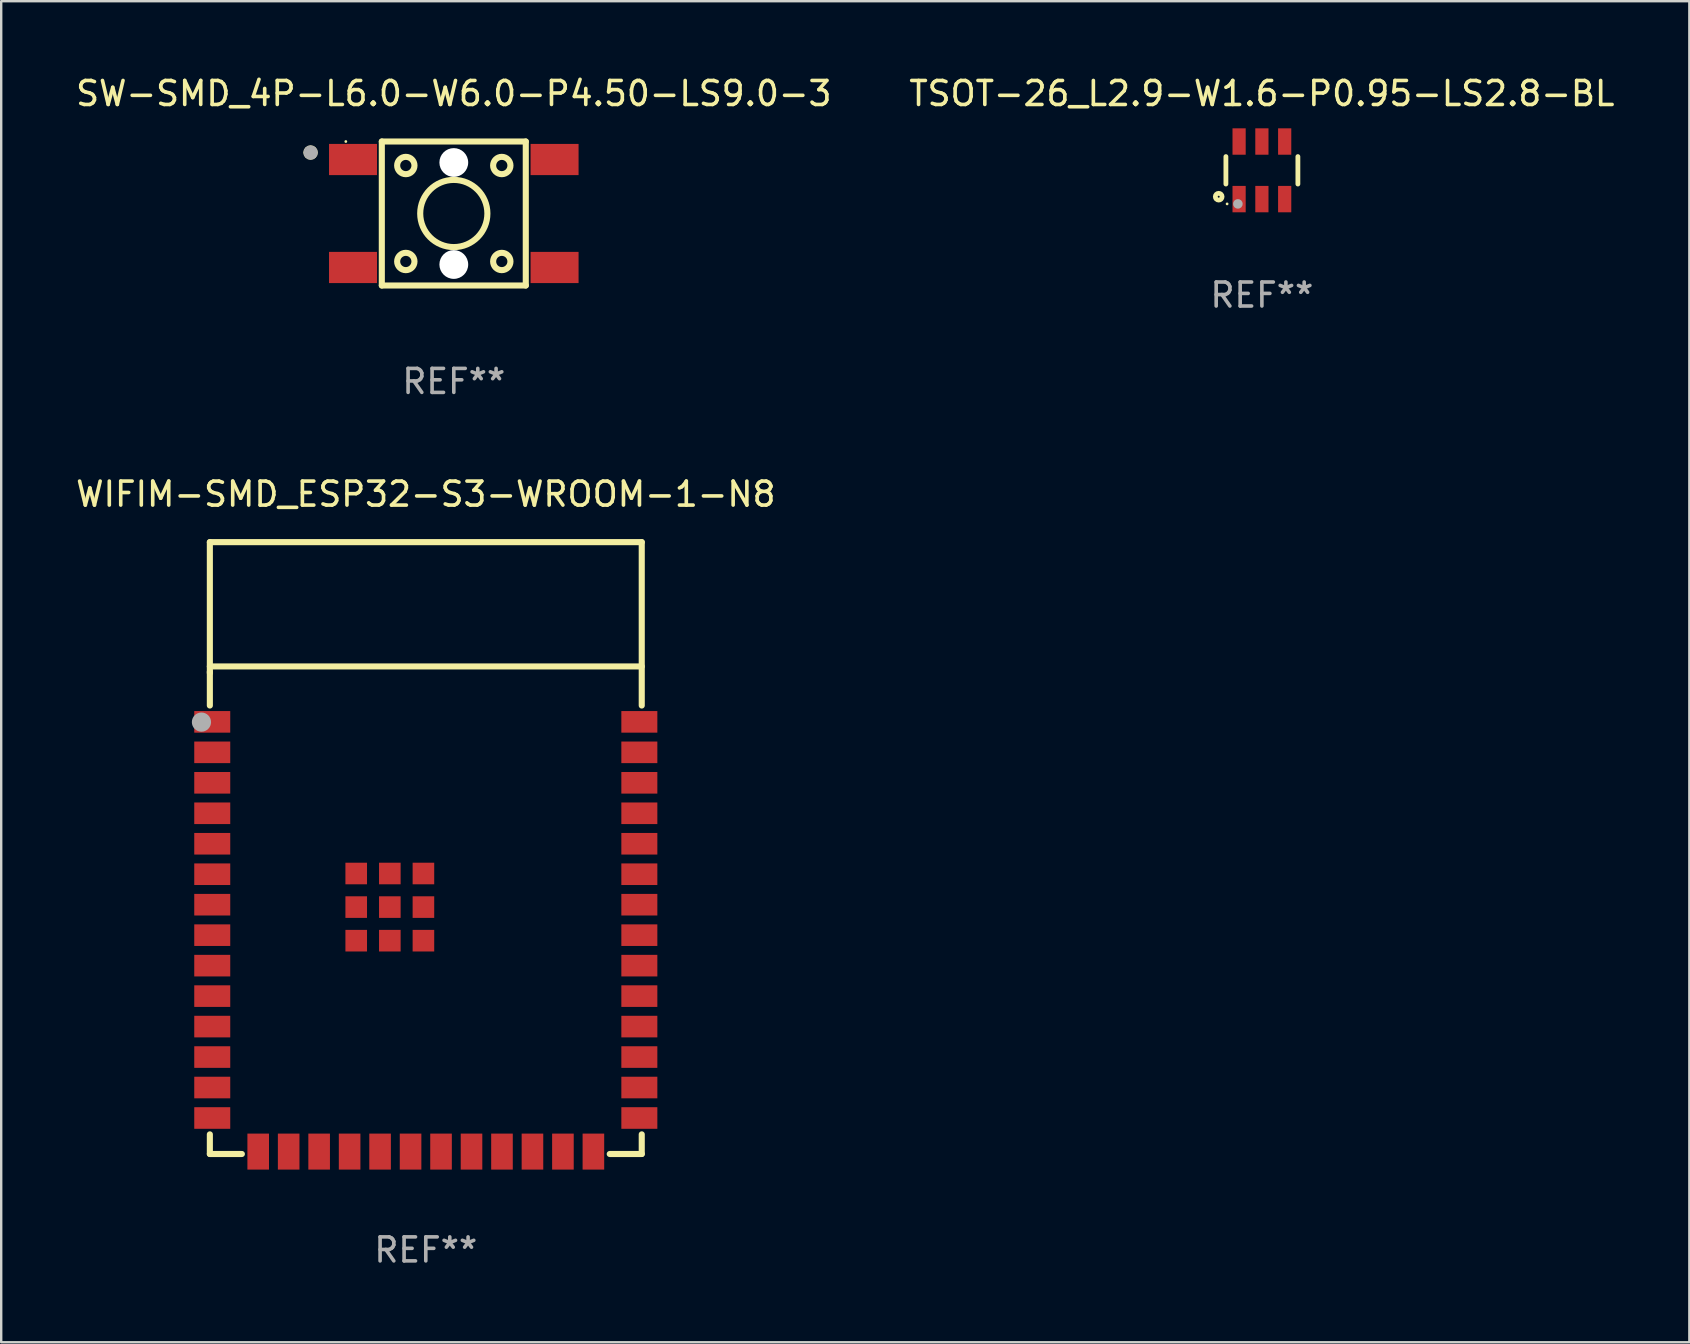
<source format=kicad_pcb>
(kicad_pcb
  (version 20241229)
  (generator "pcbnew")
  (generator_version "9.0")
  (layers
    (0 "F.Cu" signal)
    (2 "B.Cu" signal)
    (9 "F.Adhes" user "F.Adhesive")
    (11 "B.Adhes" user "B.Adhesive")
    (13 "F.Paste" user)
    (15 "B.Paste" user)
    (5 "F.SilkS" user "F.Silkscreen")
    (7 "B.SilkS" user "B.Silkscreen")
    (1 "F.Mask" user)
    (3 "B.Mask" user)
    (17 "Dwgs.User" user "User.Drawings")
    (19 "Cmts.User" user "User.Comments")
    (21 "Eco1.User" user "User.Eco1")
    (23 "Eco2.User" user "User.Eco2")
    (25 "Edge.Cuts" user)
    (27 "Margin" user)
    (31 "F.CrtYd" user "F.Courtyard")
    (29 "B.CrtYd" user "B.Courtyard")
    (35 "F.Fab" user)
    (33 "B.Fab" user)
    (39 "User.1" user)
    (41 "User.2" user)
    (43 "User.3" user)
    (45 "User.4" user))
  (footprint "WIFIM-SMD_ESP32-S3-WROOM-1-N8"
    (layer "F.Cu")
    (at 14.696 35.99)
    (property "Reference" "WIFIM-SMD_ESP32-S3-WROOM-1-N8" (at 0 -18.445 0) (layer "F.SilkS") (effects (font (size 1 1) (thickness 0.15))))
    (attr smd)
    (fp_line (start -9 -16.445) (end 9 -16.445) (stroke (width 0.254) (type solid)) (layer "F.SilkS"))
    (fp_line (start -9 -11.265) (end 9 -11.265) (stroke (width 0.254) (type solid)) (layer "F.SilkS"))
    (fp_line (start -9 -10.995) (end -9 -16.445) (stroke (width 0.254) (type solid)) (layer "F.SilkS"))
    (fp_line (start -9 -9.636) (end -9 -11.045) (stroke (width 0.254) (type solid)) (layer "F.SilkS"))
    (fp_line (start -9 9.055) (end -9 8.237) (stroke (width 0.254) (type solid)) (layer "F.SilkS"))
    (fp_line (start -7.666 9.055) (end -9 9.055) (stroke (width 0.254) (type solid)) (layer "F.SilkS"))
    (fp_line (start 9 -16.445) (end 9 -9.636) (stroke (width 0.254) (type solid)) (layer "F.SilkS"))
    (fp_line (start 9 8.237) (end 9 9.055) (stroke (width 0.254) (type solid)) (layer "F.SilkS"))
    (fp_line (start 9 9.055) (end 7.666 9.055) (stroke (width 0.254) (type solid)) (layer "F.SilkS"))
    (fp_circle (center -9 -16.445) (end -8.97 -16.445) (stroke (width 0.06) (type solid)) (fill no) (layer "F.SilkS"))
    (fp_circle (center -9.35 -8.945) (end -9.15 -8.945) (stroke (width 0.4) (type solid)) (fill no) (layer "F.Fab"))
    (fp_text user "REF**" (at 0 13.055 0) (layer "F.Fab") (effects (font (size 1 1) (thickness 0.15))))
    (pad "1" smd rect (at -8.9 -8.955) (size 1.5 0.9) (layers "F.Cu" "F.Mask" "F.Paste"))
    (pad "2" smd rect (at -8.9 -7.685) (size 1.5 0.9) (layers "F.Cu" "F.Mask" "F.Paste"))
    (pad "3" smd rect (at -8.9 -6.415) (size 1.5 0.9) (layers "F.Cu" "F.Mask" "F.Paste"))
    (pad "4" smd rect (at -8.9 -5.145) (size 1.5 0.9) (layers "F.Cu" "F.Mask" "F.Paste"))
    (pad "5" smd rect (at -8.9 -3.875) (size 1.5 0.9) (layers "F.Cu" "F.Mask" "F.Paste"))
    (pad "6" smd rect (at -8.9 -2.605) (size 1.5 0.9) (layers "F.Cu" "F.Mask" "F.Paste"))
    (pad "7" smd rect (at -8.9 -1.335) (size 1.5 0.9) (layers "F.Cu" "F.Mask" "F.Paste"))
    (pad "8" smd rect (at -8.9 -0.065) (size 1.5 0.9) (layers "F.Cu" "F.Mask" "F.Paste"))
    (pad "9" smd rect (at -8.9 1.205) (size 1.5 0.9) (layers "F.Cu" "F.Mask" "F.Paste"))
    (pad "10" smd rect (at -8.9 2.475) (size 1.5 0.9) (layers "F.Cu" "F.Mask" "F.Paste"))
    (pad "11" smd rect (at -8.9 3.745) (size 1.5 0.9) (layers "F.Cu" "F.Mask" "F.Paste"))
    (pad "12" smd rect (at -8.9 5.015) (size 1.5 0.9) (layers "F.Cu" "F.Mask" "F.Paste"))
    (pad "13" smd rect (at -8.9 6.285) (size 1.5 0.9) (layers "F.Cu" "F.Mask" "F.Paste"))
    (pad "14" smd rect (at -8.9 7.555) (size 1.5 0.9) (layers "F.Cu" "F.Mask" "F.Paste"))
    (pad "15" smd rect (at -6.985 8.955) (size 0.9 1.5) (layers "F.Cu" "F.Mask" "F.Paste"))
    (pad "16" smd rect (at -5.715 8.955) (size 0.9 1.5) (layers "F.Cu" "F.Mask" "F.Paste"))
    (pad "17" smd rect (at -4.445 8.955) (size 0.9 1.5) (layers "F.Cu" "F.Mask" "F.Paste"))
    (pad "18" smd rect (at -3.175 8.955) (size 0.9 1.5) (layers "F.Cu" "F.Mask" "F.Paste"))
    (pad "19" smd rect (at -1.905 8.955) (size 0.9 1.5) (layers "F.Cu" "F.Mask" "F.Paste"))
    (pad "20" smd rect (at -0.635 8.955) (size 0.9 1.5) (layers "F.Cu" "F.Mask" "F.Paste"))
    (pad "21" smd rect (at 0.635 8.955) (size 0.9 1.5) (layers "F.Cu" "F.Mask" "F.Paste"))
    (pad "22" smd rect (at 1.905 8.955) (size 0.9 1.5) (layers "F.Cu" "F.Mask" "F.Paste"))
    (pad "23" smd rect (at 3.175 8.955) (size 0.9 1.5) (layers "F.Cu" "F.Mask" "F.Paste"))
    (pad "24" smd rect (at 4.445 8.955) (size 0.9 1.5) (layers "F.Cu" "F.Mask" "F.Paste"))
    (pad "25" smd rect (at 5.715 8.955) (size 0.9 1.5) (layers "F.Cu" "F.Mask" "F.Paste"))
    (pad "26" smd rect (at 6.985 8.955) (size 0.9 1.5) (layers "F.Cu" "F.Mask" "F.Paste"))
    (pad "27" smd rect (at 8.9 7.555) (size 1.5 0.9) (layers "F.Cu" "F.Mask" "F.Paste"))
    (pad "28" smd rect (at 8.9 6.285) (size 1.5 0.9) (layers "F.Cu" "F.Mask" "F.Paste"))
    (pad "29" smd rect (at 8.9 5.015) (size 1.5 0.9) (layers "F.Cu" "F.Mask" "F.Paste"))
    (pad "30" smd rect (at 8.9 3.745) (size 1.5 0.9) (layers "F.Cu" "F.Mask" "F.Paste"))
    (pad "31" smd rect (at 8.9 2.475) (size 1.5 0.9) (layers "F.Cu" "F.Mask" "F.Paste"))
    (pad "32" smd rect (at 8.9 1.205) (size 1.5 0.9) (layers "F.Cu" "F.Mask" "F.Paste"))
    (pad "33" smd rect (at 8.9 -0.065) (size 1.5 0.9) (layers "F.Cu" "F.Mask" "F.Paste"))
    (pad "34" smd rect (at 8.9 -1.335) (size 1.5 0.9) (layers "F.Cu" "F.Mask" "F.Paste"))
    (pad "35" smd rect (at 8.9 -2.605) (size 1.5 0.9) (layers "F.Cu" "F.Mask" "F.Paste"))
    (pad "36" smd rect (at 8.9 -3.875) (size 1.5 0.9) (layers "F.Cu" "F.Mask" "F.Paste"))
    (pad "37" smd rect (at 8.9 -5.145) (size 1.5 0.9) (layers "F.Cu" "F.Mask" "F.Paste"))
    (pad "38" smd rect (at 8.9 -6.415) (size 1.5 0.9) (layers "F.Cu" "F.Mask" "F.Paste"))
    (pad "39" smd rect (at 8.9 -7.685) (size 1.5 0.9) (layers "F.Cu" "F.Mask" "F.Paste"))
    (pad "40" smd rect (at 8.9 -8.955) (size 1.5 0.9) (layers "F.Cu" "F.Mask" "F.Paste"))
    (pad "41" smd rect (at -2.9 -2.635 90) (size 0.9 0.9) (layers "F.Cu" "F.Mask" "F.Paste"))
    (pad "41" smd rect (at -2.9 -1.235 90) (size 0.9 0.9) (layers "F.Cu" "F.Mask" "F.Paste"))
    (pad "41" smd rect (at -2.9 0.165 90) (size 0.9 0.9) (layers "F.Cu" "F.Mask" "F.Paste"))
    (pad "41" smd rect (at -1.499 -2.635 90) (size 0.9 0.9) (layers "F.Cu" "F.Mask" "F.Paste"))
    (pad "41" smd rect (at -1.499 -1.235 90) (size 0.9 0.9) (layers "F.Cu" "F.Mask" "F.Paste"))
    (pad "41" smd rect (at -1.499 0.165 90) (size 0.9 0.9) (layers "F.Cu" "F.Mask" "F.Paste"))
    (pad "41" smd rect (at -0.099 -2.635 90) (size 0.9 0.9) (layers "F.Cu" "F.Mask" "F.Paste"))
    (pad "41" smd rect (at -0.099 -1.235 90) (size 0.9 0.9) (layers "F.Cu" "F.Mask" "F.Paste"))
    (pad "41" smd rect (at -0.099 0.165 90) (size 0.9 0.9) (layers "F.Cu" "F.Mask" "F.Paste")))
  (footprint "SW-SMD_4P-L6.0-W6.0-P4.50-LS9.0-3"
    (layer "F.Cu")
    (at 15.863 5.848)
    (property "Reference" "SW-SMD_4P-L6.0-W6.0-P4.50-LS9.0-3" (at 0 -5 0) (layer "F.SilkS") (effects (font (size 1 1) (thickness 0.15))))
    (attr smd)
    (fp_line (start -3 -3) (end 3 -3) (stroke (width 0.254) (type solid)) (layer "F.SilkS"))
    (fp_line (start -3 3) (end -3 -3) (stroke (width 0.254) (type solid)) (layer "F.SilkS"))
    (fp_line (start 3 -3) (end 3 3) (stroke (width 0.254) (type solid)) (layer "F.SilkS"))
    (fp_line (start 3 3) (end -3 3) (stroke (width 0.254) (type solid)) (layer "F.SilkS"))
    (fp_circle (center -5.969 -2.54) (end -5.819 -2.54) (stroke (width 0.3) (type solid)) (fill no) (layer "F.SilkS"))
    (fp_circle (center -4.5 -3) (end -4.47 -3) (stroke (width 0.06) (type solid)) (fill no) (layer "F.SilkS"))
    (fp_circle (center -2 -2) (end -1.639 -2) (stroke (width 0.254) (type solid)) (fill no) (layer "F.SilkS"))
    (fp_circle (center -2 2) (end -1.639 2) (stroke (width 0.254) (type solid)) (fill no) (layer "F.SilkS"))
    (fp_circle (center 0 0) (end 1.4 0) (stroke (width 0.254) (type solid)) (fill no) (layer "F.SilkS"))
    (fp_circle (center 2 -2) (end 2.361 -2) (stroke (width 0.254) (type solid)) (fill no) (layer "F.SilkS"))
    (fp_circle (center 2 2) (end 2.361 2) (stroke (width 0.254) (type solid)) (fill no) (layer "F.SilkS"))
    (fp_circle (center -5.969 -2.54) (end -5.819 -2.54) (stroke (width 0.3) (type solid)) (fill no) (layer "F.Fab"))
    (fp_text user "REF**" (at 0 7 0) (layer "F.Fab") (effects (font (size 1 1) (thickness 0.15))))
    (pad "" np_thru_hole circle (at 0 -2.125) (size 1.2 1.2) (drill 1.2) (layers "*.Cu" "*.Mask"))
    (pad "" np_thru_hole circle (at 0 2.125) (size 1.2 1.2) (drill 1.2) (layers "*.Cu" "*.Mask"))
    (pad "1" smd rect (at -4.2 -2.25) (size 2 1.3) (layers "F.Cu" "F.Mask" "F.Paste"))
    (pad "2" smd rect (at 4.2 -2.25) (size 2 1.3) (layers "F.Cu" "F.Mask" "F.Paste"))
    (pad "3" smd rect (at -4.2 2.25) (size 2 1.3) (layers "F.Cu" "F.Mask" "F.Paste"))
    (pad "4" smd rect (at 4.2 2.25) (size 2 1.3) (layers "F.Cu" "F.Mask" "F.Paste")))
  (footprint "TSOT-26_L2.9-W1.6-P0.95-LS2.8-BL"
    (layer "F.Cu")
    (at 49.542 4.048)
    (property "Reference" "TSOT-26_L2.9-W1.6-P0.95-LS2.8-BL" (at 0 -3.2 0) (layer "F.SilkS") (effects (font (size 1 1) (thickness 0.15))))
    (attr smd)
    (fp_line (start -1.5 0.572) (end -1.5 -0.572) (stroke (width 0.2) (type solid)) (layer "F.SilkS"))
    (fp_line (start 1.5 -0.572) (end 1.5 0.572) (stroke (width 0.2) (type solid)) (layer "F.SilkS"))
    (fp_circle (center -1.8 1.1) (end -1.659 1.1) (stroke (width 0.2) (type solid)) (fill no) (layer "F.SilkS"))
    (fp_circle (center -1.45 1.4) (end -1.42 1.4) (stroke (width 0.06) (type solid)) (fill no) (layer "F.SilkS"))
    (fp_circle (center -1 1.4) (end -0.9 1.4) (stroke (width 0.2) (type solid)) (fill no) (layer "F.Fab"))
    (fp_text user "REF**" (at 0 5.2 0) (layer "F.Fab") (effects (font (size 1 1) (thickness 0.15))))
    (pad "1" smd rect (at -0.95 1.2 180) (size 0.55 1.1) (layers "F.Cu" "F.Mask" "F.Paste"))
    (pad "2" smd rect (at 0 1.2 180) (size 0.55 1.1) (layers "F.Cu" "F.Mask" "F.Paste"))
    (pad "3" smd rect (at 0.95 1.2 180) (size 0.55 1.1) (layers "F.Cu" "F.Mask" "F.Paste"))
    (pad "4" smd rect (at 0.95 -1.2 180) (size 0.55 1.1) (layers "F.Cu" "F.Mask" "F.Paste"))
    (pad "5" smd rect (at 0 -1.2 180) (size 0.55 1.1) (layers "F.Cu" "F.Mask" "F.Paste"))
    (pad "6" smd rect (at -0.95 -1.2 180) (size 0.55 1.1) (layers "F.Cu" "F.Mask" "F.Paste")))
  (gr_rect
    (start -3 -3)
    (end 67.357 52.893)
    (stroke (width 0.1) (type default))
    (fill no)
    (layer "Edge.Cuts")))
</source>
